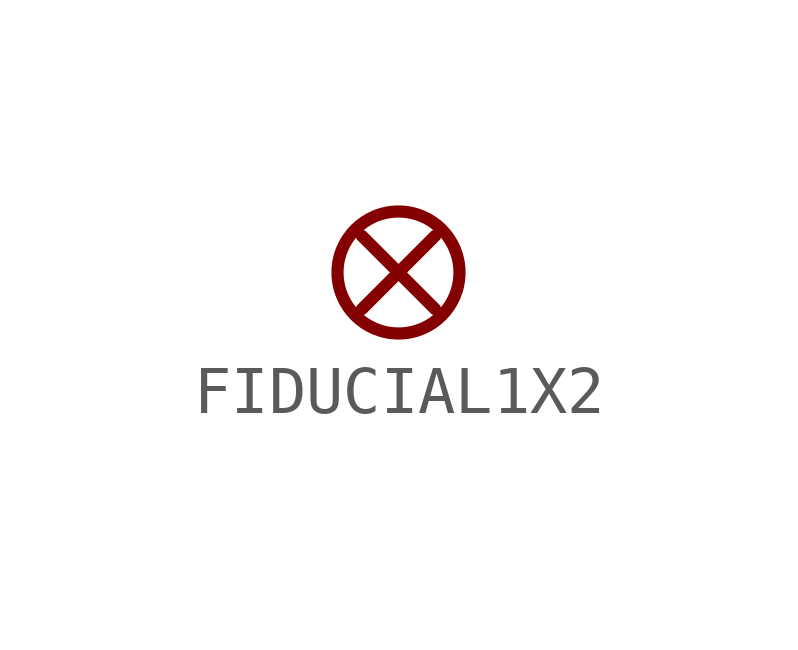
<source format=kicad_sym>
(kicad_symbol_lib
  (version 20241209)
  (generator "kicad_symbol_editor")
  (generator_version "9.0")
  (symbol "FIDUCIAL1X2"
    (property "Reference" "FID"
      (at 0 0 0)
      (effects (font (size 1.27 1.27)) (hide yes)))
    (property "ki_locked" ""
      (at 0 0 0)
      (effects (font (size 1.27 1.27))))
    (symbol "FIDUCIAL1X2_1_0"
      (polyline (pts (xy -0.762 0.762) (xy 0.762 -0.762)) (stroke (width 0.254) (type solid)) (fill (type none)))
      (circle (center 0 0) (radius 1.27) (stroke (width 0.254) (type solid)) (fill (type none)))
      (polyline (pts (xy 0.762 0.762) (xy -0.762 -0.762)) (stroke (width 0.254) (type solid)) (fill (type none))))))
</source>
